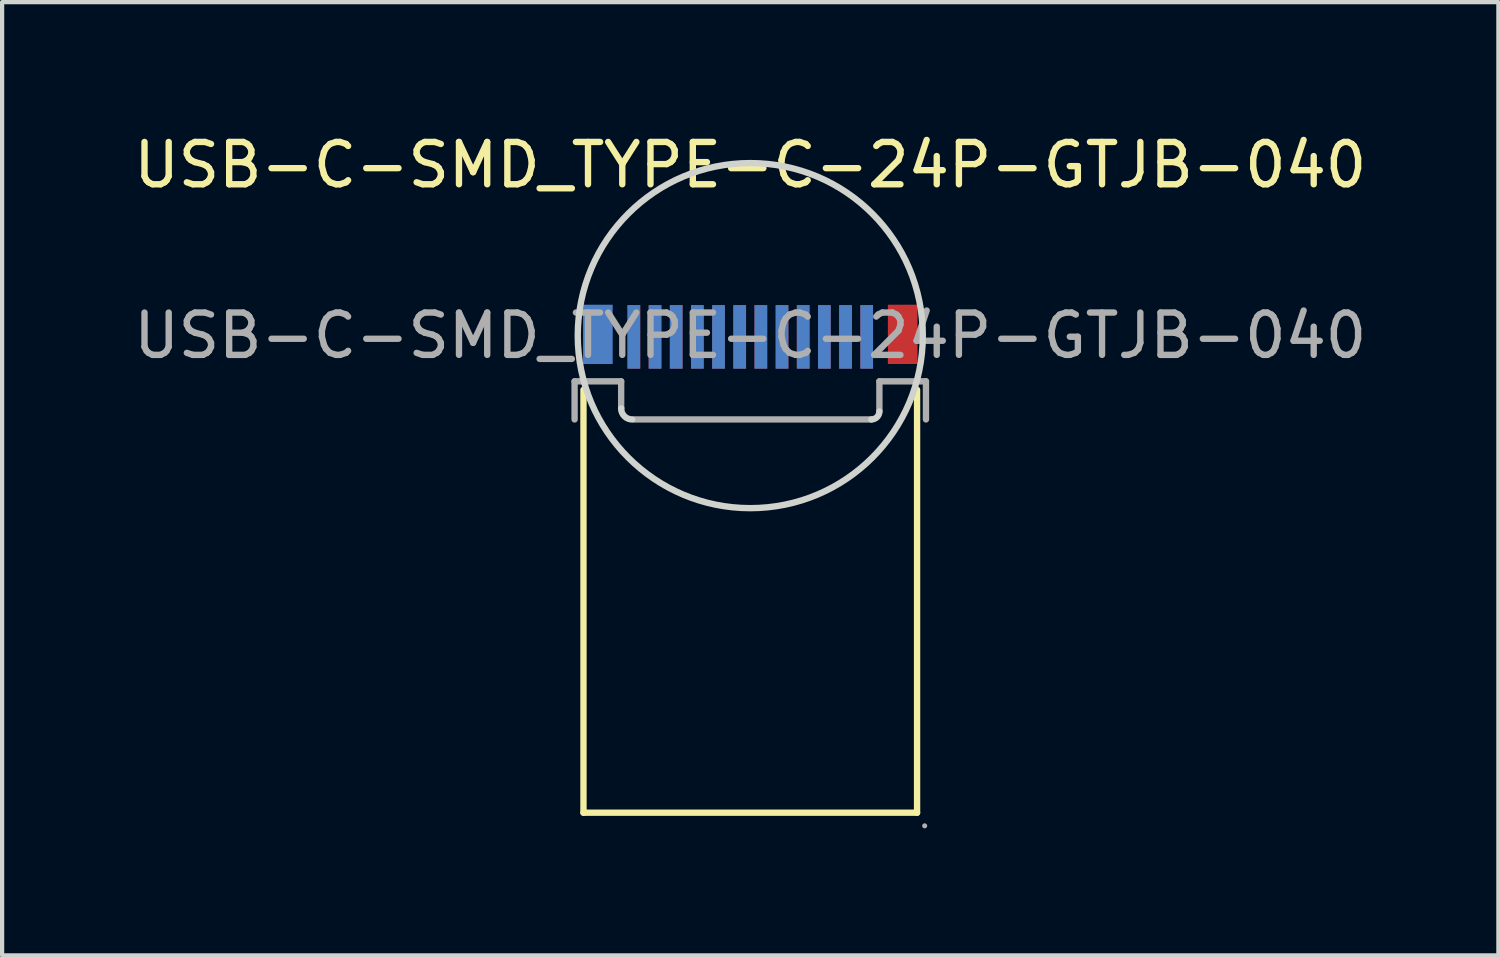
<source format=kicad_pcb>
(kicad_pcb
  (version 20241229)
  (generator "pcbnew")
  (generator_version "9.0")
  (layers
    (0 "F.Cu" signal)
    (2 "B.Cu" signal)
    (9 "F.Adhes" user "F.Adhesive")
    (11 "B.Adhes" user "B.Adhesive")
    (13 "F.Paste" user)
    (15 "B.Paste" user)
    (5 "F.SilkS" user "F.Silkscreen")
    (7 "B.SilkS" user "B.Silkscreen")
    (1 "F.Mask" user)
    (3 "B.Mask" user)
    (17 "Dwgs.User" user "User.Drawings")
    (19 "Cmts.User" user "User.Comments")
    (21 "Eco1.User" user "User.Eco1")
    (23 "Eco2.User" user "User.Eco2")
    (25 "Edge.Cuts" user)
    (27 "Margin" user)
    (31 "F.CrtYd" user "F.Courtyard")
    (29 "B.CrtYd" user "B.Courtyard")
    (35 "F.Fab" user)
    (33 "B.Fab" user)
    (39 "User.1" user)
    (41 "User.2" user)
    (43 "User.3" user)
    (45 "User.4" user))
  (footprint "USB-C-SMD_TYPE-C-24P-GTJB-040"
    (layer "F.Cu")
    (at 14.673 4.878)
    (property "Reference" "USB-C-SMD_TYPE-C-24P-GTJB-040" (at 0 -4.03 0) (layer "F.SilkS") (effects (font (size 1 1) (thickness 0.15))))
    (attr smd)
    (fp_line (start -3.94 1.28) (end -3.94 11.27) (stroke (width 0.15) (type solid)) (layer "F.SilkS"))
    (fp_line (start -3.94 11.27) (end 3.94 11.27) (stroke (width 0.15) (type solid)) (layer "F.SilkS"))
    (fp_line (start 3.94 1.28) (end 3.94 11.27) (stroke (width 0.15) (type solid)) (layer "F.SilkS"))
    (fp_arc (start -3.93 1.08) (mid 3.93 -1.08) (end -3.93 1.08) (stroke (width 0.15) (type solid)) (layer "Edge.Cuts"))
    (fp_arc (start -2.79 1.98) (mid -2.973848 1.903848) (end -3.05 1.72) (stroke (width 0.15) (type solid)) (layer "Edge.Cuts"))
    (fp_arc (start 3.05 1.79) (mid 2.99435 1.92435) (end 2.86 1.98) (stroke (width 0.15) (type solid)) (layer "Edge.Cuts"))
    (fp_line (start -4.15 1.08) (end -4.15 1.98) (stroke (width 0.15) (type solid)) (layer "F.Fab"))
    (fp_line (start -3.05 1.08) (end -4.15 1.08) (stroke (width 0.15) (type solid)) (layer "F.Fab"))
    (fp_line (start -3.05 1.08) (end -3.05 1.71) (stroke (width 0.15) (type solid)) (layer "F.Fab"))
    (fp_line (start -3.05 1.71) (end -3.05 1.72) (stroke (width 0.15) (type solid)) (layer "F.Fab"))
    (fp_line (start -2.74 1.98) (end 2.86 1.98) (stroke (width 0.15) (type solid)) (layer "F.Fab"))
    (fp_line (start 3.05 1.08) (end 4.15 1.08) (stroke (width 0.15) (type solid)) (layer "F.Fab"))
    (fp_line (start 3.05 1.79) (end 3.05 1.08) (stroke (width 0.15) (type solid)) (layer "F.Fab"))
    (fp_line (start 4.15 1.08) (end 4.15 1.98) (stroke (width 0.15) (type solid)) (layer "F.Fab"))
    (fp_circle (center 4.12 11.58) (end 4.15 11.58) (stroke (width 0.06) (type solid)) (fill no) (layer "F.Fab"))
    (fp_text user "${REFERENCE}" (at 0 0 0) (layer "F.Fab") (effects (font (size 1 1) (thickness 0.15))))
    (pad "25" smd rect (at 3.6 -0.03) (size 0.7 1.4) (layers "F.Cu" "F.Mask" "F.Paste"))
    (pad "26" smd rect (at -3.6 -0.03) (size 0.7 1.4) (layers "B.Cu" "B.Mask" "B.Paste"))
    (pad "A1" smd rect (at 2.75 0.03) (size 0.3 1.5) (layers "F.Cu" "F.Mask" "F.Paste"))
    (pad "A2" smd rect (at 2.25 0.03) (size 0.3 1.5) (layers "F.Cu" "F.Mask" "F.Paste"))
    (pad "A3" smd rect (at 1.75 0.03) (size 0.3 1.5) (layers "F.Cu" "F.Mask" "F.Paste"))
    (pad "A4" smd rect (at 1.25 0.03) (size 0.3 1.5) (layers "F.Cu" "F.Mask" "F.Paste"))
    (pad "A5" smd rect (at 0.75 0.03) (size 0.3 1.5) (layers "F.Cu" "F.Mask" "F.Paste"))
    (pad "A6" smd rect (at 0.25 0.03) (size 0.3 1.5) (layers "F.Cu" "F.Mask" "F.Paste"))
    (pad "A7" smd rect (at -0.25 0.03) (size 0.3 1.5) (layers "F.Cu" "F.Mask" "F.Paste"))
    (pad "A8" smd rect (at -0.75 0.03) (size 0.3 1.5) (layers "F.Cu" "F.Mask" "F.Paste"))
    (pad "A9" smd rect (at -1.25 0.03) (size 0.3 1.5) (layers "F.Cu" "F.Mask" "F.Paste"))
    (pad "A10" smd rect (at -1.75 0.03) (size 0.3 1.5) (layers "F.Cu" "F.Mask" "F.Paste"))
    (pad "A11" smd rect (at -2.25 0.03) (size 0.3 1.5) (layers "F.Cu" "F.Mask" "F.Paste"))
    (pad "A12" smd rect (at -2.75 0.03) (size 0.3 1.5) (layers "F.Cu" "F.Mask" "F.Paste"))
    (pad "B1" smd rect (at -2.75 0.03) (size 0.3 1.5) (layers "B.Cu" "B.Mask" "B.Paste"))
    (pad "B2" smd rect (at -2.25 0.03) (size 0.3 1.5) (layers "B.Cu" "B.Mask" "B.Paste"))
    (pad "B3" smd rect (at -1.75 0.03) (size 0.3 1.5) (layers "B.Cu" "B.Mask" "B.Paste"))
    (pad "B4" smd rect (at -1.25 0.03) (size 0.3 1.5) (layers "B.Cu" "B.Mask" "B.Paste"))
    (pad "B5" smd rect (at -0.75 0.03) (size 0.3 1.5) (layers "B.Cu" "B.Mask" "B.Paste"))
    (pad "B6" smd rect (at -0.25 0.03) (size 0.3 1.5) (layers "B.Cu" "B.Mask" "B.Paste"))
    (pad "B7" smd rect (at 0.25 0.03) (size 0.3 1.5) (layers "B.Cu" "B.Mask" "B.Paste"))
    (pad "B8" smd rect (at 0.75 0.03) (size 0.3 1.5) (layers "B.Cu" "B.Mask" "B.Paste"))
    (pad "B9" smd rect (at 1.25 0.03) (size 0.3 1.5) (layers "B.Cu" "B.Mask" "B.Paste"))
    (pad "B10" smd rect (at 1.75 0.03) (size 0.3 1.5) (layers "B.Cu" "B.Mask" "B.Paste"))
    (pad "B11" smd rect (at 2.25 0.03) (size 0.3 1.5) (layers "B.Cu" "B.Mask" "B.Paste"))
    (pad "B12" smd rect (at 2.75 0.03) (size 0.3 1.5) (layers "B.Cu" "B.Mask" "B.Paste")))
  (gr_rect
    (start -3 -3)
    (end 32.345 19.518)
    (stroke (width 0.1) (type default))
    (fill no)
    (layer "Edge.Cuts")))
</source>
